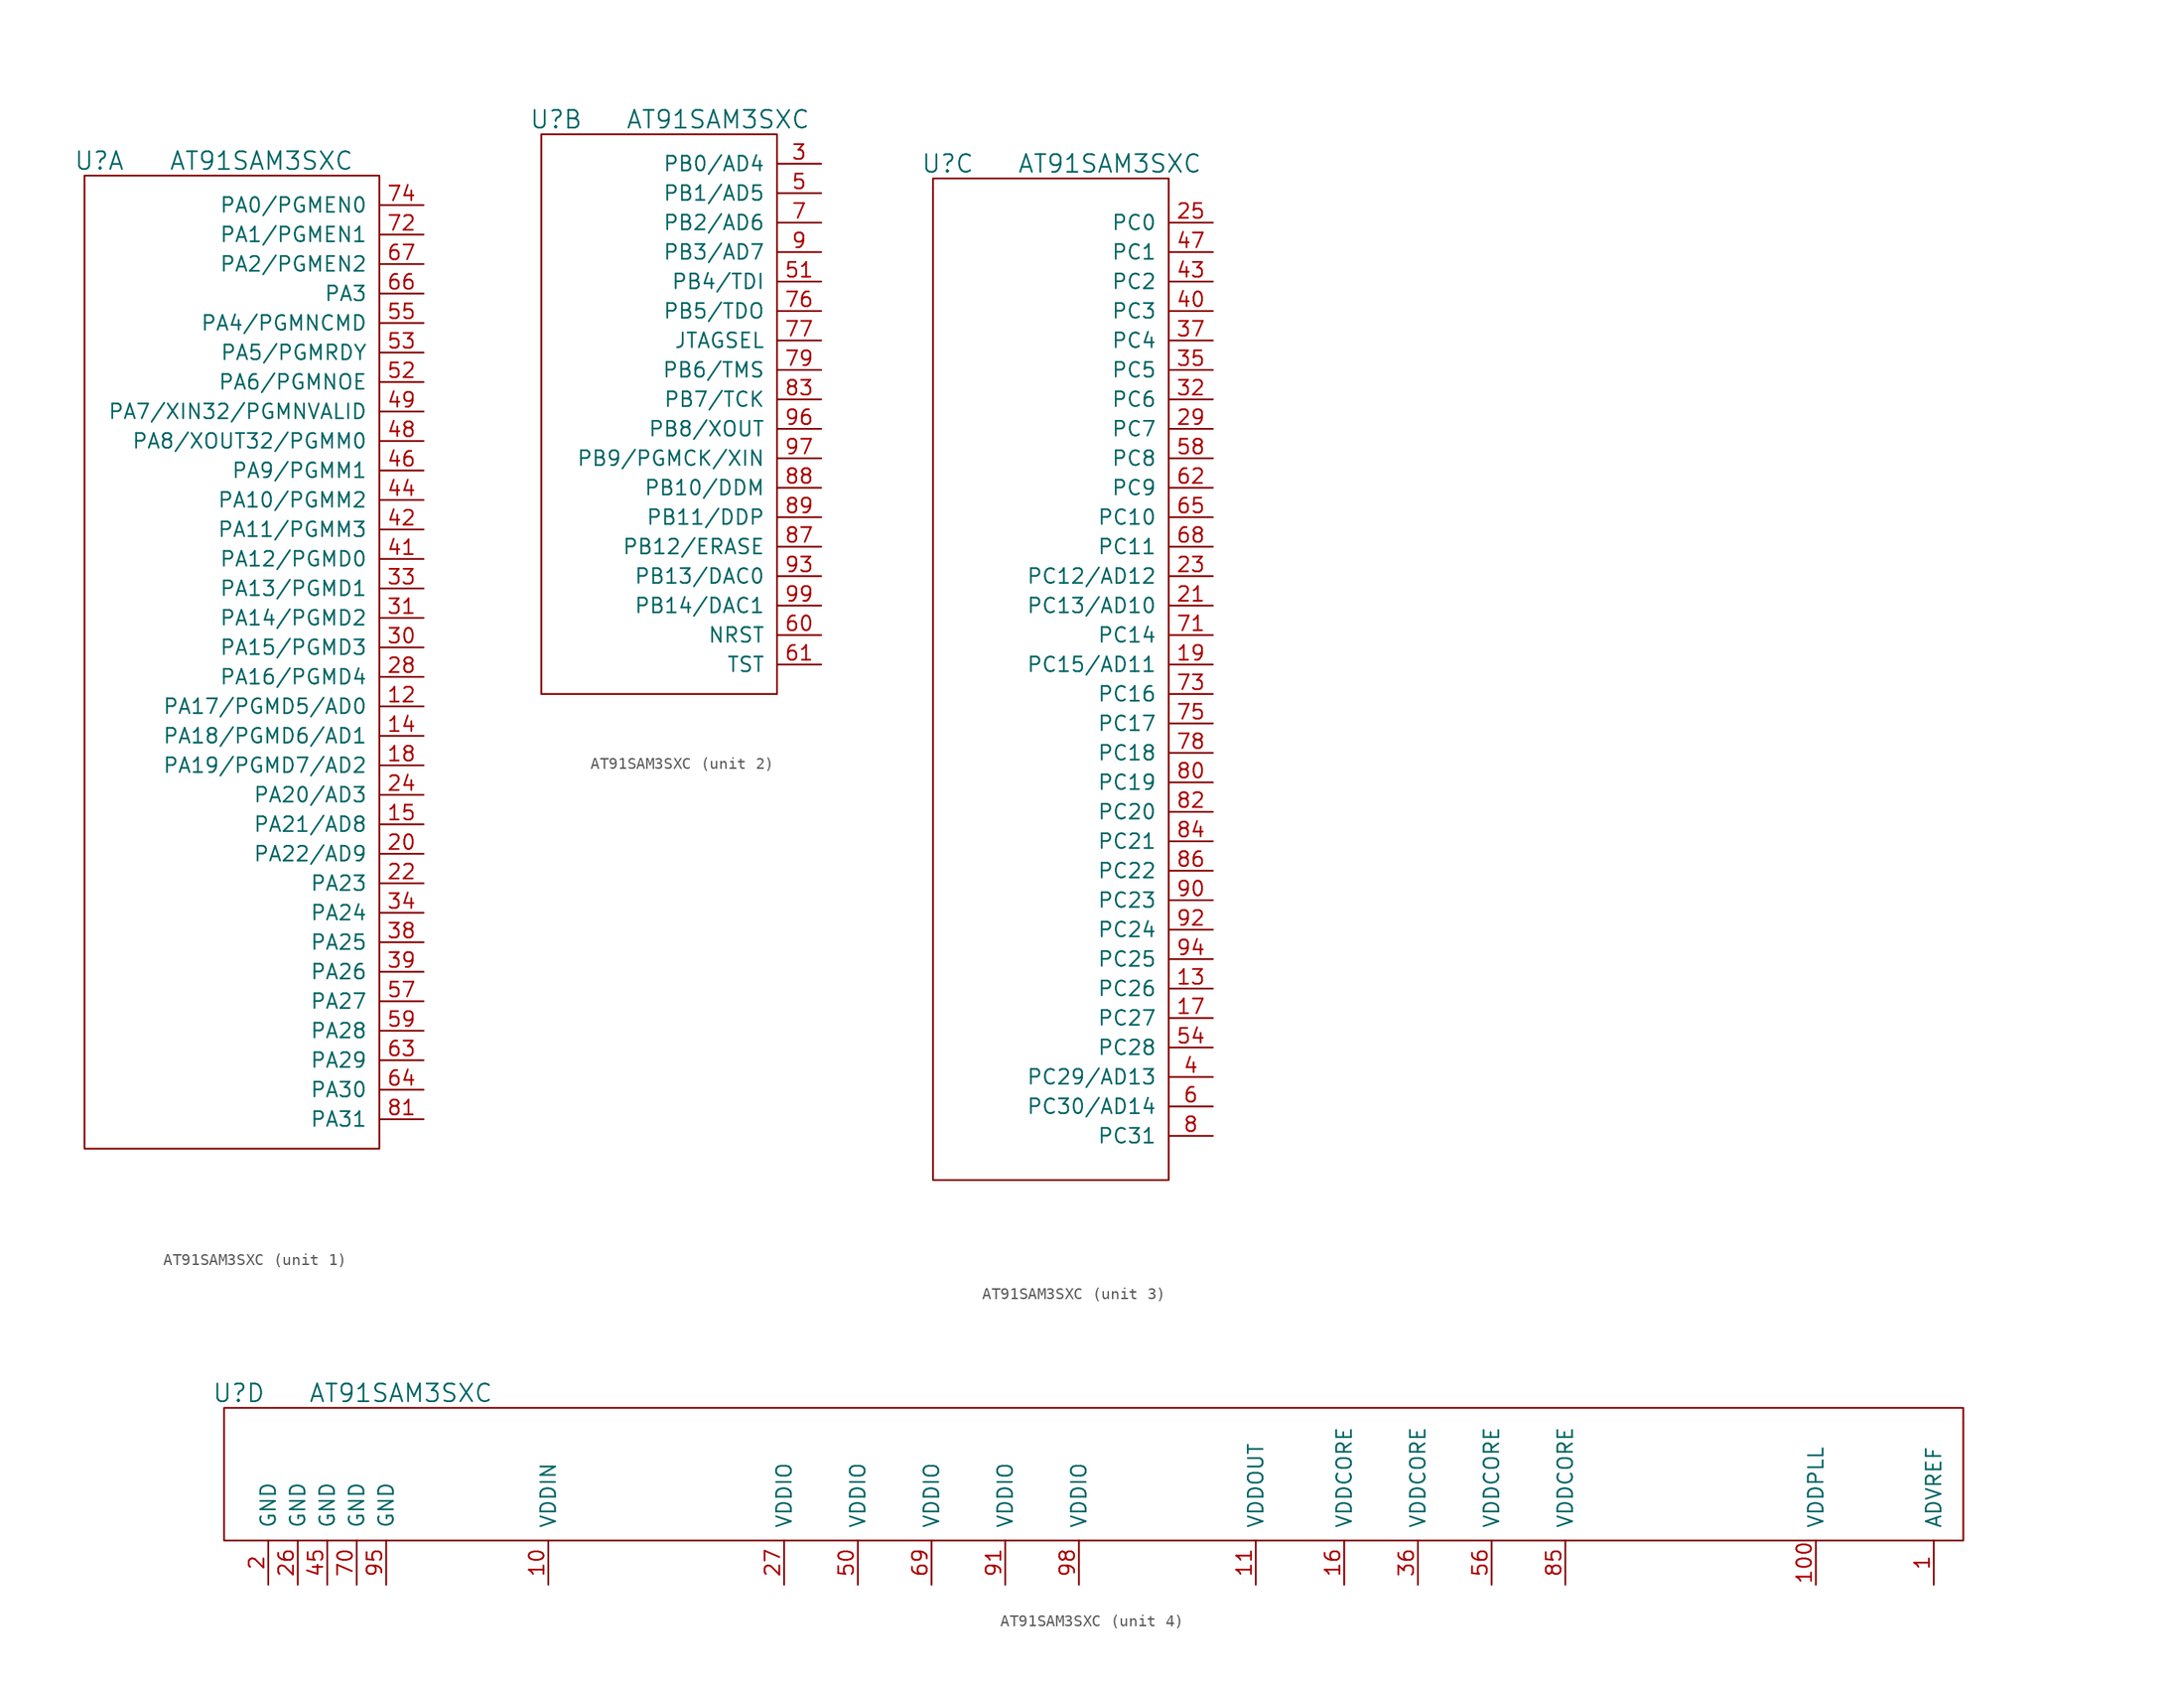
<source format=kicad_sym>
(kicad_symbol_lib
  (version 20211014)
  (generator kicad_symbol_editor)
  (symbol "AT91SAM3SXC"
    (pin_names
      (offset 1.016))
    (property "Reference" "U"
      (at 1.27 1.27 0)
      (effects (font (size 1.524 1.524))))
    (property "Value" "AT91SAM3SXC"
      (at 15.24 1.27 0)
      (effects (font (size 1.524 1.524))))
    (property "Footprint" ""
      (at 0 0 0)
      (effects (font (size 1.524 1.524))))
    (property "Datasheet" ""
      (at 0 0 0)
      (effects (font (size 1.524 1.524))))
    (symbol "AT91SAM3SXC_1_1"
      (rectangle (start 25.4 0) (end 0 -83.82) (stroke (width 0) (type default) (color 0 0 0 0)) (fill (type none)))
      (pin passive line (at 29.21 -45.72 180) (length 3.81) (name "PA17/PGMD5/AD0" (effects (font (size 1.27 1.27)))) (number "12" (effects (font (size 1.27 1.27)))))
      (pin passive line (at 29.21 -48.26 180) (length 3.81) (name "PA18/PGMD6/AD1" (effects (font (size 1.27 1.27)))) (number "14" (effects (font (size 1.27 1.27)))))
      (pin passive line (at 29.21 -55.88 180) (length 3.81) (name "PA21/AD8" (effects (font (size 1.27 1.27)))) (number "15" (effects (font (size 1.27 1.27)))))
      (pin passive line (at 29.21 -50.8 180) (length 3.81) (name "PA19/PGMD7/AD2" (effects (font (size 1.27 1.27)))) (number "18" (effects (font (size 1.27 1.27)))))
      (pin passive line (at 29.21 -58.42 180) (length 3.81) (name "PA22/AD9" (effects (font (size 1.27 1.27)))) (number "20" (effects (font (size 1.27 1.27)))))
      (pin passive line (at 29.21 -60.96 180) (length 3.81) (name "PA23" (effects (font (size 1.27 1.27)))) (number "22" (effects (font (size 1.27 1.27)))))
      (pin passive line (at 29.21 -53.34 180) (length 3.81) (name "PA20/AD3" (effects (font (size 1.27 1.27)))) (number "24" (effects (font (size 1.27 1.27)))))
      (pin passive line (at 29.21 -43.18 180) (length 3.81) (name "PA16/PGMD4" (effects (font (size 1.27 1.27)))) (number "28" (effects (font (size 1.27 1.27)))))
      (pin passive line (at 29.21 -40.64 180) (length 3.81) (name "PA15/PGMD3" (effects (font (size 1.27 1.27)))) (number "30" (effects (font (size 1.27 1.27)))))
      (pin passive line (at 29.21 -38.1 180) (length 3.81) (name "PA14/PGMD2" (effects (font (size 1.27 1.27)))) (number "31" (effects (font (size 1.27 1.27)))))
      (pin passive line (at 29.21 -35.56 180) (length 3.81) (name "PA13/PGMD1" (effects (font (size 1.27 1.27)))) (number "33" (effects (font (size 1.27 1.27)))))
      (pin passive line (at 29.21 -63.5 180) (length 3.81) (name "PA24" (effects (font (size 1.27 1.27)))) (number "34" (effects (font (size 1.27 1.27)))))
      (pin passive line (at 29.21 -66.04 180) (length 3.81) (name "PA25" (effects (font (size 1.27 1.27)))) (number "38" (effects (font (size 1.27 1.27)))))
      (pin passive line (at 29.21 -68.58 180) (length 3.81) (name "PA26" (effects (font (size 1.27 1.27)))) (number "39" (effects (font (size 1.27 1.27)))))
      (pin passive line (at 29.21 -33.02 180) (length 3.81) (name "PA12/PGMD0" (effects (font (size 1.27 1.27)))) (number "41" (effects (font (size 1.27 1.27)))))
      (pin passive line (at 29.21 -30.48 180) (length 3.81) (name "PA11/PGMM3" (effects (font (size 1.27 1.27)))) (number "42" (effects (font (size 1.27 1.27)))))
      (pin passive line (at 29.21 -27.94 180) (length 3.81) (name "PA10/PGMM2" (effects (font (size 1.27 1.27)))) (number "44" (effects (font (size 1.27 1.27)))))
      (pin passive line (at 29.21 -25.4 180) (length 3.81) (name "PA9/PGMM1" (effects (font (size 1.27 1.27)))) (number "46" (effects (font (size 1.27 1.27)))))
      (pin passive line (at 29.21 -22.86 180) (length 3.81) (name "PA8/XOUT32/PGMM0" (effects (font (size 1.27 1.27)))) (number "48" (effects (font (size 1.27 1.27)))))
      (pin passive line (at 29.21 -20.32 180) (length 3.81) (name "PA7/XIN32/PGMNVALID" (effects (font (size 1.27 1.27)))) (number "49" (effects (font (size 1.27 1.27)))))
      (pin passive line (at 29.21 -17.78 180) (length 3.81) (name "PA6/PGMNOE" (effects (font (size 1.27 1.27)))) (number "52" (effects (font (size 1.27 1.27)))))
      (pin passive line (at 29.21 -15.24 180) (length 3.81) (name "PA5/PGMRDY" (effects (font (size 1.27 1.27)))) (number "53" (effects (font (size 1.27 1.27)))))
      (pin passive line (at 29.21 -12.7 180) (length 3.81) (name "PA4/PGMNCMD" (effects (font (size 1.27 1.27)))) (number "55" (effects (font (size 1.27 1.27)))))
      (pin passive line (at 29.21 -71.12 180) (length 3.81) (name "PA27" (effects (font (size 1.27 1.27)))) (number "57" (effects (font (size 1.27 1.27)))))
      (pin passive line (at 29.21 -73.66 180) (length 3.81) (name "PA28" (effects (font (size 1.27 1.27)))) (number "59" (effects (font (size 1.27 1.27)))))
      (pin passive line (at 29.21 -76.2 180) (length 3.81) (name "PA29" (effects (font (size 1.27 1.27)))) (number "63" (effects (font (size 1.27 1.27)))))
      (pin passive line (at 29.21 -78.74 180) (length 3.81) (name "PA30" (effects (font (size 1.27 1.27)))) (number "64" (effects (font (size 1.27 1.27)))))
      (pin passive line (at 29.21 -10.16 180) (length 3.81) (name "PA3" (effects (font (size 1.27 1.27)))) (number "66" (effects (font (size 1.27 1.27)))))
      (pin passive line (at 29.21 -7.62 180) (length 3.81) (name "PA2/PGMEN2" (effects (font (size 1.27 1.27)))) (number "67" (effects (font (size 1.27 1.27)))))
      (pin passive line (at 29.21 -5.08 180) (length 3.81) (name "PA1/PGMEN1" (effects (font (size 1.27 1.27)))) (number "72" (effects (font (size 1.27 1.27)))))
      (pin passive line (at 29.21 -2.54 180) (length 3.81) (name "PA0/PGMEN0" (effects (font (size 1.27 1.27)))) (number "74" (effects (font (size 1.27 1.27)))))
      (pin passive line (at 29.21 -81.28 180) (length 3.81) (name "PA31" (effects (font (size 1.27 1.27)))) (number "81" (effects (font (size 1.27 1.27))))))
    (symbol "AT91SAM3SXC_2_1"
      (rectangle (start 20.32 0) (end 0 -48.26) (stroke (width 0) (type default) (color 0 0 0 0)) (fill (type none)))
      (pin passive line (at 24.13 -2.54 180) (length 3.81) (name "PB0/AD4" (effects (font (size 1.27 1.27)))) (number "3" (effects (font (size 1.27 1.27)))))
      (pin passive line (at 24.13 -5.08 180) (length 3.81) (name "PB1/AD5" (effects (font (size 1.27 1.27)))) (number "5" (effects (font (size 1.27 1.27)))))
      (pin passive line (at 24.13 -12.7 180) (length 3.81) (name "PB4/TDI" (effects (font (size 1.27 1.27)))) (number "51" (effects (font (size 1.27 1.27)))))
      (pin passive line (at 24.13 -43.18 180) (length 3.81) (name "NRST" (effects (font (size 1.27 1.27)))) (number "60" (effects (font (size 1.27 1.27)))))
      (pin passive line (at 24.13 -45.72 180) (length 3.81) (name "TST" (effects (font (size 1.27 1.27)))) (number "61" (effects (font (size 1.27 1.27)))))
      (pin passive line (at 24.13 -7.62 180) (length 3.81) (name "PB2/AD6" (effects (font (size 1.27 1.27)))) (number "7" (effects (font (size 1.27 1.27)))))
      (pin passive line (at 24.13 -15.24 180) (length 3.81) (name "PB5/TDO" (effects (font (size 1.27 1.27)))) (number "76" (effects (font (size 1.27 1.27)))))
      (pin passive line (at 24.13 -17.78 180) (length 3.81) (name "JTAGSEL" (effects (font (size 1.27 1.27)))) (number "77" (effects (font (size 1.27 1.27)))))
      (pin passive line (at 24.13 -20.32 180) (length 3.81) (name "PB6/TMS" (effects (font (size 1.27 1.27)))) (number "79" (effects (font (size 1.27 1.27)))))
      (pin passive line (at 24.13 -22.86 180) (length 3.81) (name "PB7/TCK" (effects (font (size 1.27 1.27)))) (number "83" (effects (font (size 1.27 1.27)))))
      (pin passive line (at 24.13 -35.56 180) (length 3.81) (name "PB12/ERASE" (effects (font (size 1.27 1.27)))) (number "87" (effects (font (size 1.27 1.27)))))
      (pin passive line (at 24.13 -30.48 180) (length 3.81) (name "PB10/DDM" (effects (font (size 1.27 1.27)))) (number "88" (effects (font (size 1.27 1.27)))))
      (pin passive line (at 24.13 -33.02 180) (length 3.81) (name "PB11/DDP" (effects (font (size 1.27 1.27)))) (number "89" (effects (font (size 1.27 1.27)))))
      (pin passive line (at 24.13 -10.16 180) (length 3.81) (name "PB3/AD7" (effects (font (size 1.27 1.27)))) (number "9" (effects (font (size 1.27 1.27)))))
      (pin passive line (at 24.13 -38.1 180) (length 3.81) (name "PB13/DAC0" (effects (font (size 1.27 1.27)))) (number "93" (effects (font (size 1.27 1.27)))))
      (pin passive line (at 24.13 -25.4 180) (length 3.81) (name "PB8/XOUT" (effects (font (size 1.27 1.27)))) (number "96" (effects (font (size 1.27 1.27)))))
      (pin passive line (at 24.13 -27.94 180) (length 3.81) (name "PB9/PGMCK/XIN" (effects (font (size 1.27 1.27)))) (number "97" (effects (font (size 1.27 1.27)))))
      (pin passive line (at 24.13 -40.64 180) (length 3.81) (name "PB14/DAC1" (effects (font (size 1.27 1.27)))) (number "99" (effects (font (size 1.27 1.27))))))
    (symbol "AT91SAM3SXC_3_1"
      (rectangle (start 0 0) (end 20.32 -86.36) (stroke (width 0) (type default) (color 0 0 0 0)) (fill (type none)))
      (pin passive line (at 24.13 -69.85 180) (length 3.81) (name "PC26" (effects (font (size 1.27 1.27)))) (number "13" (effects (font (size 1.27 1.27)))))
      (pin passive line (at 24.13 -72.39 180) (length 3.81) (name "PC27" (effects (font (size 1.27 1.27)))) (number "17" (effects (font (size 1.27 1.27)))))
      (pin passive line (at 24.13 -41.91 180) (length 3.81) (name "PC15/AD11" (effects (font (size 1.27 1.27)))) (number "19" (effects (font (size 1.27 1.27)))))
      (pin passive line (at 24.13 -36.83 180) (length 3.81) (name "PC13/AD10" (effects (font (size 1.27 1.27)))) (number "21" (effects (font (size 1.27 1.27)))))
      (pin passive line (at 24.13 -34.29 180) (length 3.81) (name "PC12/AD12" (effects (font (size 1.27 1.27)))) (number "23" (effects (font (size 1.27 1.27)))))
      (pin passive line (at 24.13 -3.81 180) (length 3.81) (name "PC0" (effects (font (size 1.27 1.27)))) (number "25" (effects (font (size 1.27 1.27)))))
      (pin passive line (at 24.13 -21.59 180) (length 3.81) (name "PC7" (effects (font (size 1.27 1.27)))) (number "29" (effects (font (size 1.27 1.27)))))
      (pin passive line (at 24.13 -19.05 180) (length 3.81) (name "PC6" (effects (font (size 1.27 1.27)))) (number "32" (effects (font (size 1.27 1.27)))))
      (pin passive line (at 24.13 -16.51 180) (length 3.81) (name "PC5" (effects (font (size 1.27 1.27)))) (number "35" (effects (font (size 1.27 1.27)))))
      (pin passive line (at 24.13 -13.97 180) (length 3.81) (name "PC4" (effects (font (size 1.27 1.27)))) (number "37" (effects (font (size 1.27 1.27)))))
      (pin passive line (at 24.13 -77.47 180) (length 3.81) (name "PC29/AD13" (effects (font (size 1.27 1.27)))) (number "4" (effects (font (size 1.27 1.27)))))
      (pin passive line (at 24.13 -11.43 180) (length 3.81) (name "PC3" (effects (font (size 1.27 1.27)))) (number "40" (effects (font (size 1.27 1.27)))))
      (pin passive line (at 24.13 -8.89 180) (length 3.81) (name "PC2" (effects (font (size 1.27 1.27)))) (number "43" (effects (font (size 1.27 1.27)))))
      (pin passive line (at 24.13 -6.35 180) (length 3.81) (name "PC1" (effects (font (size 1.27 1.27)))) (number "47" (effects (font (size 1.27 1.27)))))
      (pin passive line (at 24.13 -74.93 180) (length 3.81) (name "PC28" (effects (font (size 1.27 1.27)))) (number "54" (effects (font (size 1.27 1.27)))))
      (pin passive line (at 24.13 -24.13 180) (length 3.81) (name "PC8" (effects (font (size 1.27 1.27)))) (number "58" (effects (font (size 1.27 1.27)))))
      (pin passive line (at 24.13 -80.01 180) (length 3.81) (name "PC30/AD14" (effects (font (size 1.27 1.27)))) (number "6" (effects (font (size 1.27 1.27)))))
      (pin passive line (at 24.13 -26.67 180) (length 3.81) (name "PC9" (effects (font (size 1.27 1.27)))) (number "62" (effects (font (size 1.27 1.27)))))
      (pin passive line (at 24.13 -29.21 180) (length 3.81) (name "PC10" (effects (font (size 1.27 1.27)))) (number "65" (effects (font (size 1.27 1.27)))))
      (pin passive line (at 24.13 -31.75 180) (length 3.81) (name "PC11" (effects (font (size 1.27 1.27)))) (number "68" (effects (font (size 1.27 1.27)))))
      (pin passive line (at 24.13 -39.37 180) (length 3.81) (name "PC14" (effects (font (size 1.27 1.27)))) (number "71" (effects (font (size 1.27 1.27)))))
      (pin passive line (at 24.13 -44.45 180) (length 3.81) (name "PC16" (effects (font (size 1.27 1.27)))) (number "73" (effects (font (size 1.27 1.27)))))
      (pin passive line (at 24.13 -46.99 180) (length 3.81) (name "PC17" (effects (font (size 1.27 1.27)))) (number "75" (effects (font (size 1.27 1.27)))))
      (pin passive line (at 24.13 -49.53 180) (length 3.81) (name "PC18" (effects (font (size 1.27 1.27)))) (number "78" (effects (font (size 1.27 1.27)))))
      (pin passive line (at 24.13 -82.55 180) (length 3.81) (name "PC31" (effects (font (size 1.27 1.27)))) (number "8" (effects (font (size 1.27 1.27)))))
      (pin passive line (at 24.13 -52.07 180) (length 3.81) (name "PC19" (effects (font (size 1.27 1.27)))) (number "80" (effects (font (size 1.27 1.27)))))
      (pin passive line (at 24.13 -54.61 180) (length 3.81) (name "PC20" (effects (font (size 1.27 1.27)))) (number "82" (effects (font (size 1.27 1.27)))))
      (pin passive line (at 24.13 -57.15 180) (length 3.81) (name "PC21" (effects (font (size 1.27 1.27)))) (number "84" (effects (font (size 1.27 1.27)))))
      (pin passive line (at 24.13 -59.69 180) (length 3.81) (name "PC22" (effects (font (size 1.27 1.27)))) (number "86" (effects (font (size 1.27 1.27)))))
      (pin passive line (at 24.13 -62.23 180) (length 3.81) (name "PC23" (effects (font (size 1.27 1.27)))) (number "90" (effects (font (size 1.27 1.27)))))
      (pin passive line (at 24.13 -64.77 180) (length 3.81) (name "PC24" (effects (font (size 1.27 1.27)))) (number "92" (effects (font (size 1.27 1.27)))))
      (pin passive line (at 24.13 -67.31 180) (length 3.81) (name "PC25" (effects (font (size 1.27 1.27)))) (number "94" (effects (font (size 1.27 1.27))))))
    (symbol "AT91SAM3SXC_4_1"
      (rectangle (start 0 0) (end 149.86 -11.43) (stroke (width 0) (type default) (color 0 0 0 0)) (fill (type none)))
      (pin passive line (at 147.32 -15.24 90) (length 3.81) (name "ADVREF" (effects (font (size 1.27 1.27)))) (number "1" (effects (font (size 1.27 1.27)))))
      (pin passive line (at 27.94 -15.24 90) (length 3.81) (name "VDDIN" (effects (font (size 1.27 1.27)))) (number "10" (effects (font (size 1.27 1.27)))))
      (pin passive line (at 137.16 -15.24 90) (length 3.81) (name "VDDPLL" (effects (font (size 1.27 1.27)))) (number "100" (effects (font (size 1.27 1.27)))))
      (pin passive line (at 88.9 -15.24 90) (length 3.81) (name "VDDOUT" (effects (font (size 1.27 1.27)))) (number "11" (effects (font (size 1.27 1.27)))))
      (pin passive line (at 96.52 -15.24 90) (length 3.81) (name "VDDCORE" (effects (font (size 1.27 1.27)))) (number "16" (effects (font (size 1.27 1.27)))))
      (pin passive line (at 3.81 -15.24 90) (length 3.81) (name "GND" (effects (font (size 1.27 1.27)))) (number "2" (effects (font (size 1.27 1.27)))))
      (pin passive line (at 6.35 -15.24 90) (length 3.81) (name "GND" (effects (font (size 1.27 1.27)))) (number "26" (effects (font (size 1.27 1.27)))))
      (pin passive line (at 48.26 -15.24 90) (length 3.81) (name "VDDIO" (effects (font (size 1.27 1.27)))) (number "27" (effects (font (size 1.27 1.27)))))
      (pin passive line (at 102.87 -15.24 90) (length 3.81) (name "VDDCORE" (effects (font (size 1.27 1.27)))) (number "36" (effects (font (size 1.27 1.27)))))
      (pin passive line (at 8.89 -15.24 90) (length 3.81) (name "GND" (effects (font (size 1.27 1.27)))) (number "45" (effects (font (size 1.27 1.27)))))
      (pin passive line (at 54.61 -15.24 90) (length 3.81) (name "VDDIO" (effects (font (size 1.27 1.27)))) (number "50" (effects (font (size 1.27 1.27)))))
      (pin passive line (at 109.22 -15.24 90) (length 3.81) (name "VDDCORE" (effects (font (size 1.27 1.27)))) (number "56" (effects (font (size 1.27 1.27)))))
      (pin passive line (at 60.96 -15.24 90) (length 3.81) (name "VDDIO" (effects (font (size 1.27 1.27)))) (number "69" (effects (font (size 1.27 1.27)))))
      (pin passive line (at 11.43 -15.24 90) (length 3.81) (name "GND" (effects (font (size 1.27 1.27)))) (number "70" (effects (font (size 1.27 1.27)))))
      (pin passive line (at 115.57 -15.24 90) (length 3.81) (name "VDDCORE" (effects (font (size 1.27 1.27)))) (number "85" (effects (font (size 1.27 1.27)))))
      (pin passive line (at 67.31 -15.24 90) (length 3.81) (name "VDDIO" (effects (font (size 1.27 1.27)))) (number "91" (effects (font (size 1.27 1.27)))))
      (pin passive line (at 13.97 -15.24 90) (length 3.81) (name "GND" (effects (font (size 1.27 1.27)))) (number "95" (effects (font (size 1.27 1.27)))))
      (pin passive line (at 73.66 -15.24 90) (length 3.81) (name "VDDIO" (effects (font (size 1.27 1.27)))) (number "98" (effects (font (size 1.27 1.27))))))))
</source>
